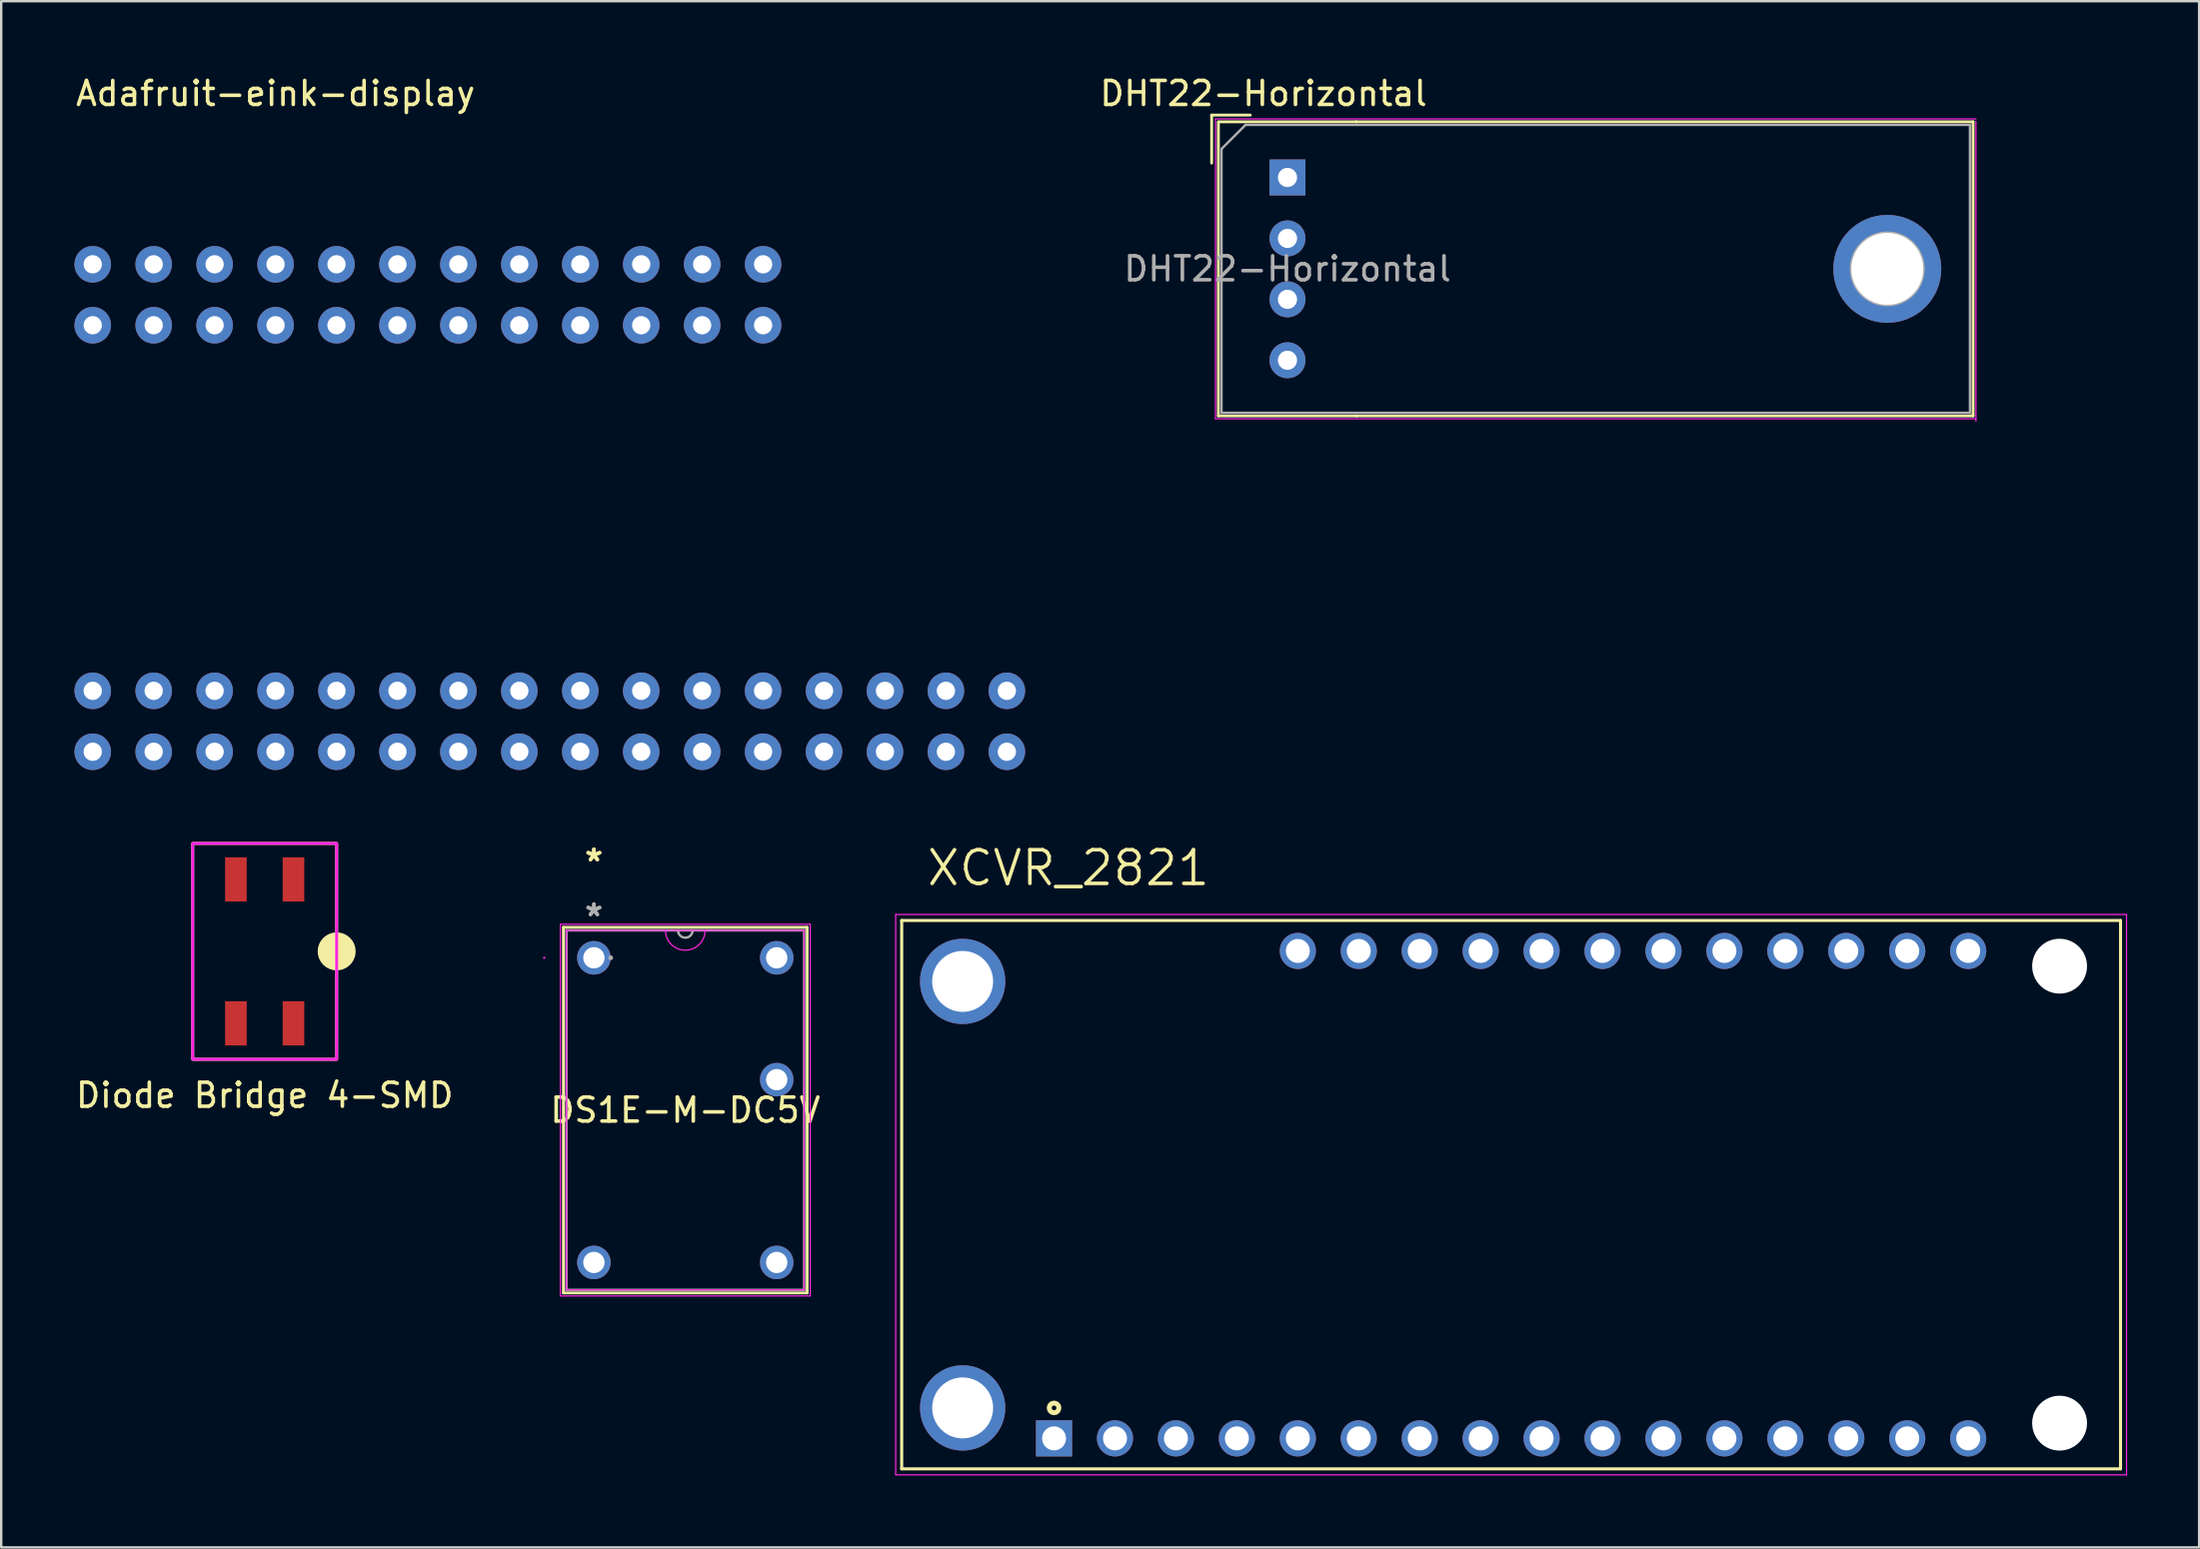
<source format=kicad_pcb>
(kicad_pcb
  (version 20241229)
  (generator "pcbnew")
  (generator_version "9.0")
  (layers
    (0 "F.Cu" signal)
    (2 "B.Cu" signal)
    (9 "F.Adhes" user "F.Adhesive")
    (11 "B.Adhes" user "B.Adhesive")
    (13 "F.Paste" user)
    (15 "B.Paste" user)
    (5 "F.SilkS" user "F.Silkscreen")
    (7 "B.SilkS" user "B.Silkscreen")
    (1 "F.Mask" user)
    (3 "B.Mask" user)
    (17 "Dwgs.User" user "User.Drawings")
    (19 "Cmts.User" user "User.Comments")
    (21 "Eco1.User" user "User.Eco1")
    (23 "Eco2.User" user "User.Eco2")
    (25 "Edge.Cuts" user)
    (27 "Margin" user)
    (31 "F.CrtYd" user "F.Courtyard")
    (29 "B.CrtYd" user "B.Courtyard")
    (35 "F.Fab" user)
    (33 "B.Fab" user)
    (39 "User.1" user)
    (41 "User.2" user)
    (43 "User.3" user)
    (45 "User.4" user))
  (footprint "DHT22-Horizontal"
    (layer "F.Cu")
    (at 50.611 4.348)
    (property "Reference" "DHT22-Horizontal" (at -1 -3.5 0) (layer "F.SilkS") (effects (font (size 1 1) (thickness 0.15))))
    (attr through_hole)
    (fp_line (start -3.16 -2.6) (end -3.16 -0.6) (stroke (width 0.12) (type solid)) (layer "F.SilkS"))
    (fp_line (start -3.16 -2.6) (end -1.55 -2.6) (stroke (width 0.12) (type solid)) (layer "F.SilkS"))
    (fp_line (start -2.88 9.94) (end -2.88 -2.31) (stroke (width 0.12) (type solid)) (layer "F.SilkS"))
    (fp_line (start -2.87 -2.32) (end 2.87 -2.32) (stroke (width 0.12) (type solid)) (layer "F.SilkS"))
    (fp_line (start 2.87 -2.32) (end 28.575 -2.32) (stroke (width 0.12) (type solid)) (layer "F.SilkS"))
    (fp_line (start 2.88 9.94) (end -2.88 9.94) (stroke (width 0.12) (type solid)) (layer "F.SilkS"))
    (fp_line (start 28.575 -2.32) (end 28.575 9.94) (stroke (width 0.12) (type solid)) (layer "F.SilkS"))
    (fp_line (start 28.575 9.94) (end 2.88 9.94) (stroke (width 0.12) (type solid)) (layer "F.SilkS"))
    (fp_line (start -3 -2.44) (end 28.695 -2.44) (stroke (width 0.05) (type solid)) (layer "F.CrtYd"))
    (fp_line (start -3 10.06) (end -3 -2.44) (stroke (width 0.05) (type solid)) (layer "F.CrtYd"))
    (fp_line (start 28.695 -2.34) (end 28.695 10.16) (stroke (width 0.05) (type solid)) (layer "F.CrtYd"))
    (fp_line (start 28.695 10.06) (end -3 10.06) (stroke (width 0.05) (type solid)) (layer "F.CrtYd"))
    (fp_line (start -2.75 -1.19) (end -2.75 9.81) (stroke (width 0.1) (type solid)) (layer "F.Fab"))
    (fp_line (start -2.75 -1.19) (end -1.75 -2.19) (stroke (width 0.1) (type solid)) (layer "F.Fab"))
    (fp_line (start -1.75 -2.19) (end 28.445 -2.19) (stroke (width 0.1) (type solid)) (layer "F.Fab"))
    (fp_line (start 28.445 -2.19) (end 28.445 9.81) (stroke (width 0.1) (type solid)) (layer "F.Fab"))
    (fp_line (start 28.445 9.81) (end -2.75 9.81) (stroke (width 0.1) (type solid)) (layer "F.Fab"))
    (fp_circle (center 25 3.81) (end 26.5 3.81) (stroke (width 0.12) (type solid)) (fill no) (layer "F.Fab"))
    (fp_text user "${REFERENCE}" (at 0 3.81 0) (layer "F.Fab") (effects (font (size 1 1) (thickness 0.15))))
    (pad "1" thru_hole rect (at 0 0) (size 1.5 1.5) (drill 0.8) (layers "*.Cu" "*.Mask"))
    (pad "2" thru_hole circle (at 0 2.54) (size 1.5 1.5) (drill 0.8) (layers "*.Cu" "*.Mask"))
    (pad "3" thru_hole circle (at 0 5.08) (size 1.5 1.5) (drill 0.8) (layers "*.Cu" "*.Mask"))
    (pad "4" thru_hole circle (at 0 7.62) (size 1.5 1.5) (drill 0.8) (layers "*.Cu" "*.Mask"))
    (pad "5" thru_hole circle (at 25 3.81) (size 4.5 4.5) (drill 3) (layers "*.Cu" "*.Mask")))
  (footprint "Adafruit-eink-display"
    (layer "F.Cu")
    (at 8.435 0.348)
    (property "Reference" "Adafruit-eink-display" (at 0 0.5 0) (layer "F.SilkS") (effects (font (size 1 1) (thickness 0.15))))
    (attr through_hole)
    (pad "1" thru_hole circle (at 30.48 25.4) (size 1.524 1.524) (drill 0.762) (layers "*.Cu" "*.Mask"))
    (pad "1" thru_hole circle (at 30.48 27.94) (size 1.524 1.524) (drill 0.762) (layers "*.Cu" "*.Mask"))
    (pad "2" thru_hole circle (at 27.94 25.4) (size 1.524 1.524) (drill 0.762) (layers "*.Cu" "*.Mask"))
    (pad "2" thru_hole circle (at 27.94 27.94) (size 1.524 1.524) (drill 0.762) (layers "*.Cu" "*.Mask"))
    (pad "3" thru_hole circle (at 25.4 25.4) (size 1.524 1.524) (drill 0.762) (layers "*.Cu" "*.Mask"))
    (pad "3" thru_hole circle (at 25.4 27.94) (size 1.524 1.524) (drill 0.762) (layers "*.Cu" "*.Mask"))
    (pad "4" thru_hole circle (at 22.86 25.4) (size 1.524 1.524) (drill 0.762) (layers "*.Cu" "*.Mask"))
    (pad "4" thru_hole circle (at 22.86 27.94) (size 1.524 1.524) (drill 0.762) (layers "*.Cu" "*.Mask"))
    (pad "5" thru_hole circle (at 20.32 25.4) (size 1.524 1.524) (drill 0.762) (layers "*.Cu" "*.Mask"))
    (pad "5" thru_hole circle (at 20.32 27.94) (size 1.524 1.524) (drill 0.762) (layers "*.Cu" "*.Mask"))
    (pad "6" thru_hole circle (at 17.78 25.4) (size 1.524 1.524) (drill 0.762) (layers "*.Cu" "*.Mask"))
    (pad "6" thru_hole circle (at 17.78 27.94) (size 1.524 1.524) (drill 0.762) (layers "*.Cu" "*.Mask"))
    (pad "7" thru_hole circle (at 15.24 25.4) (size 1.524 1.524) (drill 0.762) (layers "*.Cu" "*.Mask"))
    (pad "7" thru_hole circle (at 15.24 27.94) (size 1.524 1.524) (drill 0.762) (layers "*.Cu" "*.Mask"))
    (pad "8" thru_hole circle (at 12.7 25.4) (size 1.524 1.524) (drill 0.762) (layers "*.Cu" "*.Mask"))
    (pad "8" thru_hole circle (at 12.7 27.94) (size 1.524 1.524) (drill 0.762) (layers "*.Cu" "*.Mask"))
    (pad "9" thru_hole circle (at 10.16 25.4) (size 1.524 1.524) (drill 0.762) (layers "*.Cu" "*.Mask"))
    (pad "9" thru_hole circle (at 10.16 27.94) (size 1.524 1.524) (drill 0.762) (layers "*.Cu" "*.Mask"))
    (pad "10" thru_hole circle (at 7.62 25.4) (size 1.524 1.524) (drill 0.762) (layers "*.Cu" "*.Mask"))
    (pad "10" thru_hole circle (at 7.62 27.94) (size 1.524 1.524) (drill 0.762) (layers "*.Cu" "*.Mask"))
    (pad "11" thru_hole circle (at 5.08 25.4) (size 1.524 1.524) (drill 0.762) (layers "*.Cu" "*.Mask"))
    (pad "11" thru_hole circle (at 5.08 27.94) (size 1.524 1.524) (drill 0.762) (layers "*.Cu" "*.Mask"))
    (pad "12" thru_hole circle (at 2.54 25.4) (size 1.524 1.524) (drill 0.762) (layers "*.Cu" "*.Mask"))
    (pad "12" thru_hole circle (at 2.54 27.94) (size 1.524 1.524) (drill 0.762) (layers "*.Cu" "*.Mask"))
    (pad "13" thru_hole circle (at 0 25.4) (size 1.524 1.524) (drill 0.762) (layers "*.Cu" "*.Mask"))
    (pad "13" thru_hole circle (at 0 27.94) (size 1.524 1.524) (drill 0.762) (layers "*.Cu" "*.Mask"))
    (pad "14" thru_hole circle (at -2.54 25.4) (size 1.524 1.524) (drill 0.762) (layers "*.Cu" "*.Mask"))
    (pad "14" thru_hole circle (at -2.54 27.94) (size 1.524 1.524) (drill 0.762) (layers "*.Cu" "*.Mask"))
    (pad "15" thru_hole circle (at -5.08 25.4) (size 1.524 1.524) (drill 0.762) (layers "*.Cu" "*.Mask"))
    (pad "15" thru_hole circle (at -5.08 27.94) (size 1.524 1.524) (drill 0.762) (layers "*.Cu" "*.Mask"))
    (pad "16" thru_hole circle (at -7.62 25.4) (size 1.524 1.524) (drill 0.762) (layers "*.Cu" "*.Mask"))
    (pad "16" thru_hole circle (at -7.62 27.94) (size 1.524 1.524) (drill 0.762) (layers "*.Cu" "*.Mask"))
    (pad "17" thru_hole circle (at 20.32 7.62) (size 1.524 1.524) (drill 0.762) (layers "*.Cu" "*.Mask"))
    (pad "17" thru_hole circle (at 20.32 10.16) (size 1.524 1.524) (drill 0.762) (layers "*.Cu" "*.Mask"))
    (pad "18" thru_hole circle (at 17.78 7.62) (size 1.524 1.524) (drill 0.762) (layers "*.Cu" "*.Mask"))
    (pad "18" thru_hole circle (at 17.78 10.16) (size 1.524 1.524) (drill 0.762) (layers "*.Cu" "*.Mask"))
    (pad "19" thru_hole circle (at 15.24 7.62) (size 1.524 1.524) (drill 0.762) (layers "*.Cu" "*.Mask"))
    (pad "19" thru_hole circle (at 15.24 10.16) (size 1.524 1.524) (drill 0.762) (layers "*.Cu" "*.Mask"))
    (pad "20" thru_hole circle (at 12.7 7.62) (size 1.524 1.524) (drill 0.762) (layers "*.Cu" "*.Mask"))
    (pad "20" thru_hole circle (at 12.7 10.16) (size 1.524 1.524) (drill 0.762) (layers "*.Cu" "*.Mask"))
    (pad "21" thru_hole circle (at 10.16 7.62) (size 1.524 1.524) (drill 0.762) (layers "*.Cu" "*.Mask"))
    (pad "21" thru_hole circle (at 10.16 10.16) (size 1.524 1.524) (drill 0.762) (layers "*.Cu" "*.Mask"))
    (pad "22" thru_hole circle (at 7.62 7.62) (size 1.524 1.524) (drill 0.762) (layers "*.Cu" "*.Mask"))
    (pad "22" thru_hole circle (at 7.62 10.16) (size 1.524 1.524) (drill 0.762) (layers "*.Cu" "*.Mask"))
    (pad "23" thru_hole circle (at 5.08 7.62) (size 1.524 1.524) (drill 0.762) (layers "*.Cu" "*.Mask"))
    (pad "23" thru_hole circle (at 5.08 10.16) (size 1.524 1.524) (drill 0.762) (layers "*.Cu" "*.Mask"))
    (pad "24" thru_hole circle (at 2.54 7.62) (size 1.524 1.524) (drill 0.762) (layers "*.Cu" "*.Mask"))
    (pad "24" thru_hole circle (at 2.54 10.16) (size 1.524 1.524) (drill 0.762) (layers "*.Cu" "*.Mask"))
    (pad "25" thru_hole circle (at 0 7.62) (size 1.524 1.524) (drill 0.762) (layers "*.Cu" "*.Mask"))
    (pad "25" thru_hole circle (at 0 10.16) (size 1.524 1.524) (drill 0.762) (layers "*.Cu" "*.Mask"))
    (pad "26" thru_hole circle (at -2.54 7.62) (size 1.524 1.524) (drill 0.762) (layers "*.Cu" "*.Mask"))
    (pad "26" thru_hole circle (at -2.54 10.16) (size 1.524 1.524) (drill 0.762) (layers "*.Cu" "*.Mask"))
    (pad "27" thru_hole circle (at -5.08 7.62) (size 1.524 1.524) (drill 0.762) (layers "*.Cu" "*.Mask"))
    (pad "27" thru_hole circle (at -5.08 10.16) (size 1.524 1.524) (drill 0.762) (layers "*.Cu" "*.Mask"))
    (pad "28" thru_hole circle (at -7.62 7.62) (size 1.524 1.524) (drill 0.762) (layers "*.Cu" "*.Mask"))
    (pad "28" thru_hole circle (at -7.62 10.16) (size 1.524 1.524) (drill 0.762) (layers "*.Cu" "*.Mask")))
  (footprint "DS1E-M-DC5V"
    (layer "F.Cu")
    (at 21.703 36.878)
    (property "Reference" "DS1E-M-DC5V" (at 3.81 6.35 0) (layer "F.SilkS") (effects (font (size 1 1) (thickness 0.15))))
    (attr through_hole)
    (fp_line (start -1.27 -1.27) (end -1.27 13.97) (stroke (width 0.12) (type solid)) (layer "F.SilkS"))
    (fp_line (start -1.27 13.97) (end 8.89 13.97) (stroke (width 0.12) (type solid)) (layer "F.SilkS"))
    (fp_line (start 8.89 -1.27) (end -1.27 -1.27) (stroke (width 0.12) (type solid)) (layer "F.SilkS"))
    (fp_line (start 8.89 13.97) (end 8.89 -1.27) (stroke (width 0.12) (type solid)) (layer "F.SilkS"))
    (fp_line (start -1.397 -1.397) (end 9.017 -1.397) (stroke (width 0.05) (type solid)) (layer "F.CrtYd"))
    (fp_line (start -1.397 14.097) (end -1.397 -1.397) (stroke (width 0.05) (type solid)) (layer "F.CrtYd"))
    (fp_line (start -1.143 -1.143) (end 8.763 -1.143) (stroke (width 0.05) (type solid)) (layer "F.CrtYd"))
    (fp_line (start -1.143 13.843) (end -1.143 -1.143) (stroke (width 0.05) (type solid)) (layer "F.CrtYd"))
    (fp_line (start 8.763 -1.143) (end 8.763 13.843) (stroke (width 0.05) (type solid)) (layer "F.CrtYd"))
    (fp_line (start 8.763 13.843) (end -1.143 13.843) (stroke (width 0.05) (type solid)) (layer "F.CrtYd"))
    (fp_line (start 9.017 -1.397) (end 9.017 14.097) (stroke (width 0.05) (type solid)) (layer "F.CrtYd"))
    (fp_line (start 9.017 14.097) (end -1.397 14.097) (stroke (width 0.05) (type solid)) (layer "F.CrtYd"))
    (fp_arc (start 4.6355 -1.143) (mid 3.81 -0.3175) (end 2.9845 -1.143) (stroke (width 0.05) (type solid)) (layer "F.CrtYd"))
    (fp_circle (center -2.07 0) (end -2.07 0) (stroke (width 0.05) (type solid)) (fill no) (layer "F.CrtYd"))
    (fp_line (start -1.143 -1.143) (end -1.143 13.843) (stroke (width 0.1) (type solid)) (layer "F.Fab"))
    (fp_line (start -1.143 13.843) (end 8.763 13.843) (stroke (width 0.1) (type solid)) (layer "F.Fab"))
    (fp_line (start 8.763 -1.143) (end -1.143 -1.143) (stroke (width 0.1) (type solid)) (layer "F.Fab"))
    (fp_line (start 8.763 13.843) (end 8.763 -1.143) (stroke (width 0.1) (type solid)) (layer "F.Fab"))
    (fp_arc (start 4.1148 -1.143) (mid 3.81 -0.8382) (end 3.5052 -1.143) (stroke (width 0.1) (type solid)) (layer "F.Fab"))
    (fp_circle (center 0.699 0) (end 0.699 0) (stroke (width 0.1) (type solid)) (fill no) (layer "F.Fab"))
    (fp_text user "*" (at 0 -3.979 0) (layer "F.SilkS") (effects (font (size 1 1) (thickness 0.15))))
    (fp_text user "*" (at 0 -3.979 0) (layer "F.SilkS") (effects (font (size 1 1) (thickness 0.15))))
    (fp_text user "Copyright 2021 Accelerated Designs. All rights reserved." (at 0 0 0) (layer "Cmts.User") (effects (font (size 0.127 0.127) (thickness 0.002))))
    (fp_text user "*" (at 0 -1.693 0) (layer "F.Fab") (effects (font (size 1 1) (thickness 0.15))))
    (fp_text user "*" (at 0 -1.693 0) (layer "F.Fab") (effects (font (size 1 1) (thickness 0.15))))
    (pad "1" thru_hole circle (at 0 0) (size 1.397 1.397) (drill 0.889) (layers "*.Cu" "*.Mask"))
    (pad "6" thru_hole circle (at 0 12.7) (size 1.397 1.397) (drill 0.889) (layers "*.Cu" "*.Mask"))
    (pad "7" thru_hole circle (at 7.62 12.7) (size 1.397 1.397) (drill 0.889) (layers "*.Cu" "*.Mask"))
    (pad "10" thru_hole circle (at 7.62 5.08) (size 1.397 1.397) (drill 0.889) (layers "*.Cu" "*.Mask"))
    (pad "12" thru_hole circle (at 7.62 0) (size 1.397 1.397) (drill 0.889) (layers "*.Cu" "*.Mask")))
  (footprint "Diode Bridge 4-SMD"
    (layer "F.Cu")
    (at 7.982 36.61)
    (property "Reference" "Diode Bridge 4-SMD" (at 0 6 0) (unlocked yes) (layer "F.SilkS") (effects (font (size 1 1) (thickness 0.15))))
    (attr smd)
    (fp_rect (start 3 4.5) (end -3 -4.5) (stroke (width 0.12) (type solid)) (fill no) (layer "F.SilkS"))
    (fp_circle (center 3 0) (end 3.73 0) (stroke (width 0.12) (type solid)) (fill yes) (layer "F.SilkS"))
    (fp_rect (start 3 4.5) (end -3 -4.5) (stroke (width 0.12) (type solid)) (fill no) (layer "F.CrtYd"))
    (pad "1" smd rect (at 1.2 -3 90) (size 1.84 0.9) (layers "F.Cu" "F.Mask" "F.Paste"))
    (pad "2" smd rect (at 1.2 3 90) (size 1.84 0.9) (layers "F.Cu" "F.Mask" "F.Paste"))
    (pad "3" smd rect (at -1.2 3 90) (size 1.84 0.9) (layers "F.Cu" "F.Mask" "F.Paste"))
    (pad "4" smd rect (at -1.2 -3 90) (size 1.84 0.9) (layers "F.Cu" "F.Mask" "F.Paste")))
  (footprint "XCVR_2821"
    (layer "F.Cu")
    (at 59.932 46.752)
    (property "Reference" "XCVR_2821" (at -18.454 -13.618 0) (layer "F.SilkS") (effects (font (size 1.403 1.403) (thickness 0.15))))
    (attr through_hole)
    (fp_line (start -25.4 -11.43) (end 25.4 -11.43) (stroke (width 0.127) (type solid)) (layer "F.SilkS"))
    (fp_line (start -25.4 11.43) (end -25.4 -11.43) (stroke (width 0.127) (type solid)) (layer "F.SilkS"))
    (fp_line (start 25.4 -11.43) (end 25.4 11.43) (stroke (width 0.127) (type solid)) (layer "F.SilkS"))
    (fp_line (start 25.4 11.43) (end -25.4 11.43) (stroke (width 0.127) (type solid)) (layer "F.SilkS"))
    (fp_circle (center -19.05 8.89) (end -18.85 8.89) (stroke (width 0.203) (type solid)) (fill no) (layer "F.SilkS"))
    (fp_line (start -25.65 -11.68) (end 25.65 -11.68) (stroke (width 0.05) (type solid)) (layer "F.CrtYd"))
    (fp_line (start -25.65 11.68) (end -25.65 -11.68) (stroke (width 0.05) (type solid)) (layer "F.CrtYd"))
    (fp_line (start 25.65 -11.68) (end 25.65 11.68) (stroke (width 0.05) (type solid)) (layer "F.CrtYd"))
    (fp_line (start 25.65 11.68) (end -25.65 11.68) (stroke (width 0.05) (type solid)) (layer "F.CrtYd"))
    (pad "" np_thru_hole circle (at 22.86 -9.525) (size 2.286 2.286) (drill 2.286) (layers "*.Cu" "*.Mask"))
    (pad "" np_thru_hole circle (at 22.86 9.525) (size 2.286 2.286) (drill 2.286) (layers "*.Cu" "*.Mask"))
    (pad "1" thru_hole rect (at -19.05 10.16) (size 1.508 1.508) (drill 1) (layers "*.Cu" "*.Mask"))
    (pad "2" thru_hole circle (at -16.51 10.16) (size 1.508 1.508) (drill 1) (layers "*.Cu" "*.Mask"))
    (pad "3" thru_hole circle (at -13.97 10.16) (size 1.508 1.508) (drill 1) (layers "*.Cu" "*.Mask"))
    (pad "4" thru_hole circle (at -11.43 10.16) (size 1.508 1.508) (drill 1) (layers "*.Cu" "*.Mask"))
    (pad "5" thru_hole circle (at -8.89 10.16) (size 1.508 1.508) (drill 1) (layers "*.Cu" "*.Mask"))
    (pad "6" thru_hole circle (at -6.35 10.16) (size 1.508 1.508) (drill 1) (layers "*.Cu" "*.Mask"))
    (pad "7" thru_hole circle (at -3.81 10.16) (size 1.508 1.508) (drill 1) (layers "*.Cu" "*.Mask"))
    (pad "8" thru_hole circle (at -1.27 10.16) (size 1.508 1.508) (drill 1) (layers "*.Cu" "*.Mask"))
    (pad "9" thru_hole circle (at 1.27 10.16) (size 1.508 1.508) (drill 1) (layers "*.Cu" "*.Mask"))
    (pad "10" thru_hole circle (at 3.81 10.16) (size 1.508 1.508) (drill 1) (layers "*.Cu" "*.Mask"))
    (pad "11" thru_hole circle (at 6.35 10.16) (size 1.508 1.508) (drill 1) (layers "*.Cu" "*.Mask"))
    (pad "12" thru_hole circle (at 8.89 10.16) (size 1.508 1.508) (drill 1) (layers "*.Cu" "*.Mask"))
    (pad "13" thru_hole circle (at 11.43 10.16) (size 1.508 1.508) (drill 1) (layers "*.Cu" "*.Mask"))
    (pad "14" thru_hole circle (at 13.97 10.16) (size 1.508 1.508) (drill 1) (layers "*.Cu" "*.Mask"))
    (pad "15" thru_hole circle (at 16.51 10.16) (size 1.508 1.508) (drill 1) (layers "*.Cu" "*.Mask"))
    (pad "16" thru_hole circle (at 19.05 10.16) (size 1.508 1.508) (drill 1) (layers "*.Cu" "*.Mask"))
    (pad "17" thru_hole circle (at -8.89 -10.16) (size 1.508 1.508) (drill 1) (layers "*.Cu" "*.Mask"))
    (pad "18" thru_hole circle (at -6.35 -10.16) (size 1.508 1.508) (drill 1) (layers "*.Cu" "*.Mask"))
    (pad "19" thru_hole circle (at -3.81 -10.16) (size 1.508 1.508) (drill 1) (layers "*.Cu" "*.Mask"))
    (pad "20" thru_hole circle (at -1.27 -10.16) (size 1.508 1.508) (drill 1) (layers "*.Cu" "*.Mask"))
    (pad "21" thru_hole circle (at 1.27 -10.16) (size 1.508 1.508) (drill 1) (layers "*.Cu" "*.Mask"))
    (pad "22" thru_hole circle (at 3.81 -10.16) (size 1.508 1.508) (drill 1) (layers "*.Cu" "*.Mask"))
    (pad "23" thru_hole circle (at 6.35 -10.16) (size 1.508 1.508) (drill 1) (layers "*.Cu" "*.Mask"))
    (pad "24" thru_hole circle (at 8.89 -10.16) (size 1.508 1.508) (drill 1) (layers "*.Cu" "*.Mask"))
    (pad "25" thru_hole circle (at 11.43 -10.16) (size 1.508 1.508) (drill 1) (layers "*.Cu" "*.Mask"))
    (pad "26" thru_hole circle (at 13.97 -10.16) (size 1.508 1.508) (drill 1) (layers "*.Cu" "*.Mask"))
    (pad "27" thru_hole circle (at 16.51 -10.16) (size 1.508 1.508) (drill 1) (layers "*.Cu" "*.Mask"))
    (pad "28" thru_hole circle (at 19.05 -10.16) (size 1.508 1.508) (drill 1) (layers "*.Cu" "*.Mask"))
    (pad "S1" thru_hole circle (at -22.86 8.89) (size 3.556 3.556) (drill 2.54) (layers "*.Cu" "*.Mask"))
    (pad "S2" thru_hole circle (at -22.86 -8.89) (size 3.556 3.556) (drill 2.54) (layers "*.Cu" "*.Mask")))
  (gr_rect
    (start -3 -3)
    (end 88.607 61.457)
    (stroke (width 0.1) (type default))
    (fill no)
    (layer "Edge.Cuts")))
</source>
